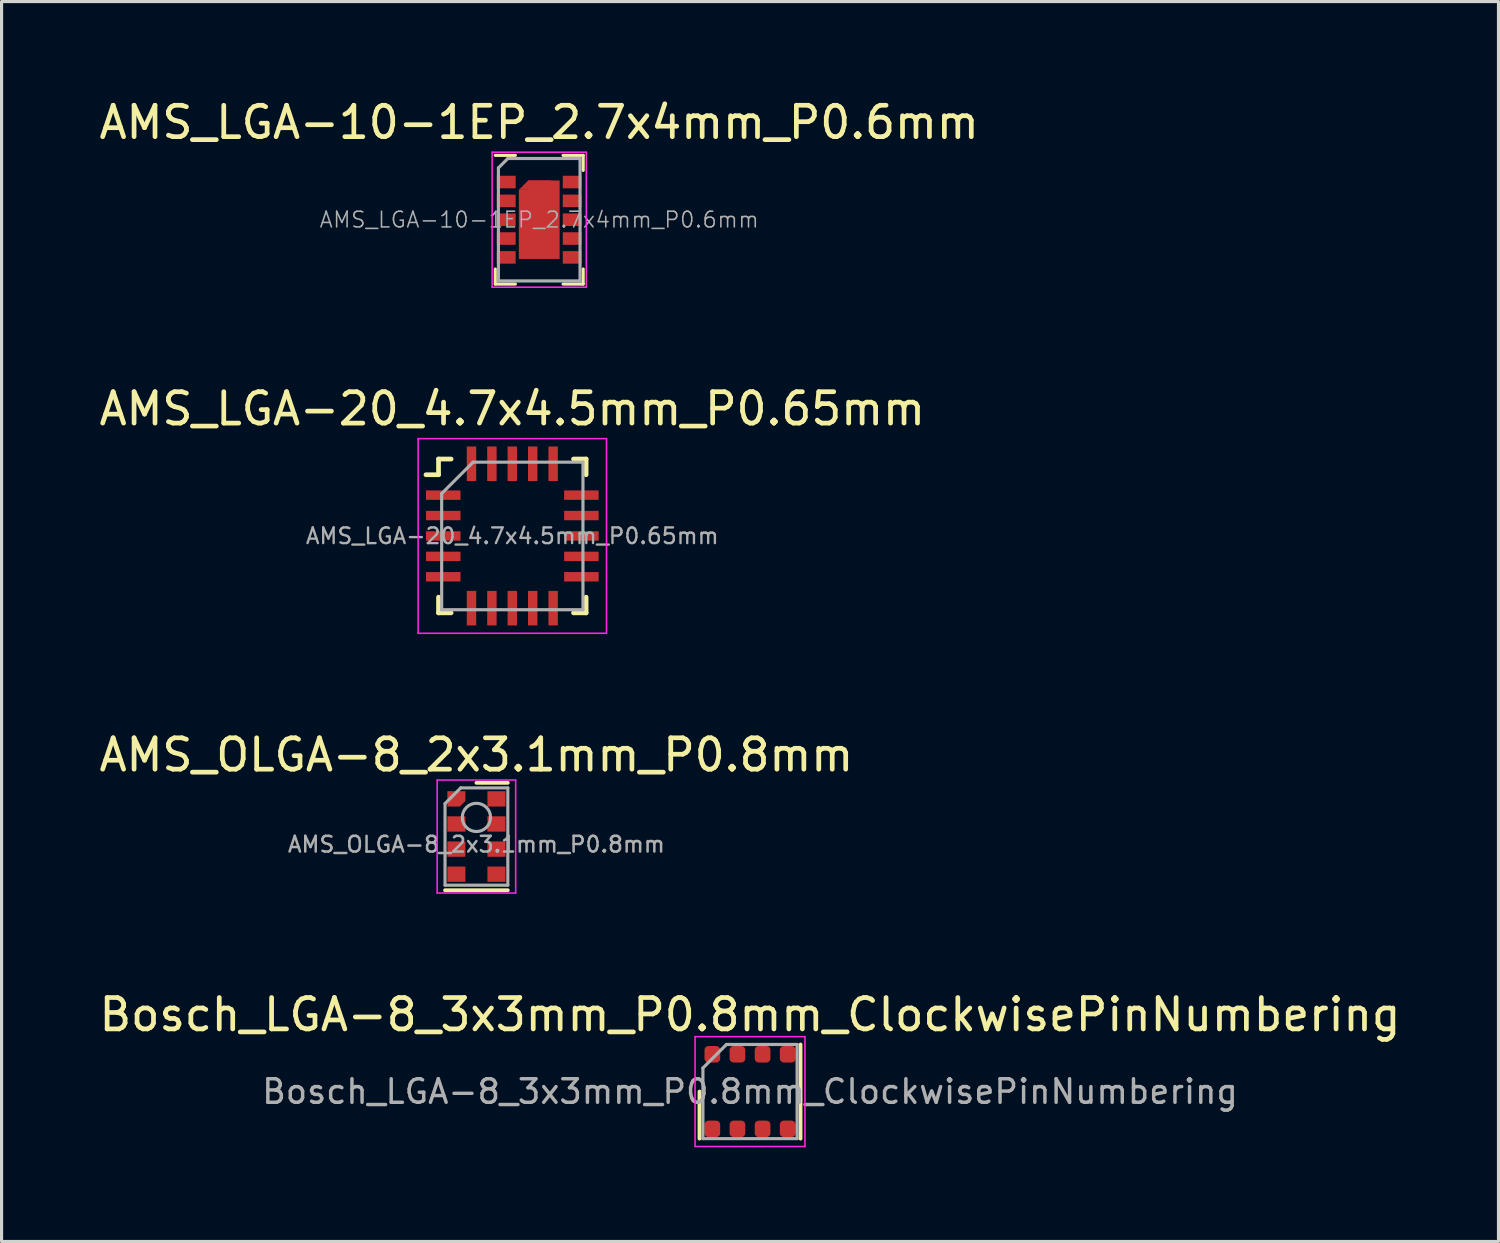
<source format=kicad_pcb>
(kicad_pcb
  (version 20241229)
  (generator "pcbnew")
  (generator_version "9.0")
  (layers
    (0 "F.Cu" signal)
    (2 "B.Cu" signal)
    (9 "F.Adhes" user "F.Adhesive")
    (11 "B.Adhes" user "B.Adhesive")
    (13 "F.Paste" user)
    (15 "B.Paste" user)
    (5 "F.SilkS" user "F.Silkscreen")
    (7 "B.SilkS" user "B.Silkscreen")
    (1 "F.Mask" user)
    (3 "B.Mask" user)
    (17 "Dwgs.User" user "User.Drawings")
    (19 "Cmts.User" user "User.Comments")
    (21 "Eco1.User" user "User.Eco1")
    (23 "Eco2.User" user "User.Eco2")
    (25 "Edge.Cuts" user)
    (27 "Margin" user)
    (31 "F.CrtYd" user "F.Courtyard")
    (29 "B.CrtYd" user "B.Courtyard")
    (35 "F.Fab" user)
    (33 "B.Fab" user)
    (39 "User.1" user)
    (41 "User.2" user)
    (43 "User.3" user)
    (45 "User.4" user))
  (footprint "AMS_LGA-10-1EP_2.7x4mm_P0.6mm"
    (layer "F.Cu")
    (at 14.125 3.948)
    (property "Reference" "AMS_LGA-10-1EP_2.7x4mm_P0.6mm" (at 0 -3.1 0) (layer "F.SilkS") (effects (font (size 1 1) (thickness 0.15))))
    (attr smd)
    (fp_line (start -1.4 -2.05) (end -0.76 -2.05) (stroke (width 0.1) (type solid)) (layer "F.SilkS"))
    (fp_line (start -1.4 1.57) (end -1.4 2.05) (stroke (width 0.1) (type solid)) (layer "F.SilkS"))
    (fp_line (start -1.4 2.05) (end -0.76 2.05) (stroke (width 0.1) (type solid)) (layer "F.SilkS"))
    (fp_line (start 0.76 -2.05) (end 1.4 -2.05) (stroke (width 0.1) (type solid)) (layer "F.SilkS"))
    (fp_line (start 0.76 2.05) (end 1.4 2.05) (stroke (width 0.1) (type solid)) (layer "F.SilkS"))
    (fp_line (start 1.4 -2.05) (end 1.4 -1.57) (stroke (width 0.1) (type solid)) (layer "F.SilkS"))
    (fp_line (start 1.4 1.57) (end 1.4 2.05) (stroke (width 0.1) (type solid)) (layer "F.SilkS"))
    (fp_line (start -1.5 -2.15) (end 1.5 -2.15) (stroke (width 0.05) (type solid)) (layer "F.CrtYd"))
    (fp_line (start -1.5 2.15) (end -1.5 -2.15) (stroke (width 0.05) (type solid)) (layer "F.CrtYd"))
    (fp_line (start 1.5 -2.15) (end 1.5 2.15) (stroke (width 0.05) (type solid)) (layer "F.CrtYd"))
    (fp_line (start 1.5 2.15) (end -1.5 2.15) (stroke (width 0.05) (type solid)) (layer "F.CrtYd"))
    (fp_line (start -1.3 -1.65) (end -1 -1.95) (stroke (width 0.1) (type solid)) (layer "F.Fab"))
    (fp_line (start -1.3 1.95) (end -1.3 -1.65) (stroke (width 0.1) (type solid)) (layer "F.Fab"))
    (fp_line (start -1 -1.95) (end 1.3 -1.95) (stroke (width 0.1) (type solid)) (layer "F.Fab"))
    (fp_line (start 1.3 -1.95) (end 1.3 1.95) (stroke (width 0.1) (type solid)) (layer "F.Fab"))
    (fp_line (start 1.3 1.95) (end -1.3 1.95) (stroke (width 0.1) (type solid)) (layer "F.Fab"))
    (fp_text user "${REFERENCE}" (at 0 0 0) (layer "F.Fab") (effects (font (size 0.5 0.5) (thickness 0.05))))
    (pad "1" smd rect (at -1.05 -1.2) (size 0.6 0.4) (layers "F.Cu" "F.Mask" "F.Paste"))
    (pad "2" smd rect (at -1.05 -0.6) (size 0.6 0.4) (layers "F.Cu" "F.Mask" "F.Paste"))
    (pad "3" smd rect (at -1.05 0) (size 0.6 0.4) (layers "F.Cu" "F.Mask" "F.Paste"))
    (pad "4" smd rect (at -1.05 0.6) (size 0.6 0.4) (layers "F.Cu" "F.Mask" "F.Paste"))
    (pad "5" smd rect (at -1.05 1.2) (size 0.6 0.4) (layers "F.Cu" "F.Mask" "F.Paste"))
    (pad "6" smd rect (at 1.05 1.2) (size 0.6 0.4) (layers "F.Cu" "F.Mask" "F.Paste"))
    (pad "7" smd rect (at 1.05 0.6) (size 0.6 0.4) (layers "F.Cu" "F.Mask" "F.Paste"))
    (pad "8" smd rect (at 1.05 0) (size 0.6 0.4) (layers "F.Cu" "F.Mask" "F.Paste"))
    (pad "9" smd rect (at 1.05 -0.6) (size 0.6 0.4) (layers "F.Cu" "F.Mask" "F.Paste"))
    (pad "10" smd rect (at 1.05 -1.2) (size 0.6 0.4) (layers "F.Cu" "F.Mask" "F.Paste"))
    (pad "11" smd trapezoid (at 0 -1.1) (size 1 0.3) (rect_delta 0 0.3) (layers "F.Cu" "F.Mask" "F.Paste"))
    (pad "11" smd rect (at 0 0.15) (size 1.3 2.2) (layers "F.Cu" "F.Mask" "F.Paste"))
    (pad "11" smd rect (at 0.15 -1.1) (size 1 0.3) (layers "F.Cu" "F.Mask" "F.Paste")))
  (footprint "AMS_OLGA-8_2x3.1mm_P0.8mm"
    (layer "F.Cu")
    (at 12.125 23.595)
    (property "Reference" "AMS_OLGA-8_2x3.1mm_P0.8mm" (at 0 -2.6 0) (layer "F.SilkS") (effects (font (size 1 1) (thickness 0.15))))
    (attr smd)
    (fp_line (start -1 1.71) (end 1 1.71) (stroke (width 0.12) (type solid)) (layer "F.SilkS"))
    (fp_line (start 0 -1.71) (end 1 -1.71) (stroke (width 0.12) (type solid)) (layer "F.SilkS"))
    (fp_line (start -1.25 -1.8) (end -1.25 1.8) (stroke (width 0.05) (type solid)) (layer "F.CrtYd"))
    (fp_line (start -1.25 1.8) (end 1.25 1.8) (stroke (width 0.05) (type solid)) (layer "F.CrtYd"))
    (fp_line (start 1.25 -1.8) (end -1.25 -1.8) (stroke (width 0.05) (type solid)) (layer "F.CrtYd"))
    (fp_line (start 1.25 1.8) (end 1.25 -1.8) (stroke (width 0.05) (type solid)) (layer "F.CrtYd"))
    (fp_line (start -1 -1.05) (end -0.5 -1.55) (stroke (width 0.1) (type solid)) (layer "F.Fab"))
    (fp_line (start -1 1.55) (end -1 -1.05) (stroke (width 0.1) (type solid)) (layer "F.Fab"))
    (fp_line (start -0.5 -1.55) (end 1 -1.55) (stroke (width 0.1) (type solid)) (layer "F.Fab"))
    (fp_line (start 1 -1.55) (end 1 1.55) (stroke (width 0.1) (type solid)) (layer "F.Fab"))
    (fp_line (start 1 1.55) (end -1 1.55) (stroke (width 0.1) (type solid)) (layer "F.Fab"))
    (fp_circle (center 0 -0.609) (end 0.45 -0.609) (stroke (width 0.1) (type solid)) (fill no) (layer "F.Fab"))
    (fp_text user "${REFERENCE}" (at 0 0.25 0) (layer "F.Fab") (effects (font (size 0.5 0.5) (thickness 0.08))))
    (pad "1" smd roundrect (at -0.638 -1.2) (size 0.575 0.488) (layers "F.Cu" "F.Mask" "F.Paste") (roundrect_rratio 0) (chamfer_ratio 0.362) (chamfer bottom_right))
    (pad "2" smd rect (at -0.638 -0.4) (size 0.575 0.488) (layers "F.Cu" "F.Mask" "F.Paste"))
    (pad "3" smd rect (at -0.638 0.4) (size 0.575 0.488) (layers "F.Cu" "F.Mask" "F.Paste"))
    (pad "4" smd rect (at -0.638 1.2) (size 0.575 0.488) (layers "F.Cu" "F.Mask" "F.Paste"))
    (pad "5" smd rect (at 0.638 1.2) (size 0.575 0.488) (layers "F.Cu" "F.Mask" "F.Paste"))
    (pad "6" smd rect (at 0.638 0.4) (size 0.575 0.488) (layers "F.Cu" "F.Mask" "F.Paste"))
    (pad "7" smd rect (at 0.638 -0.4) (size 0.575 0.488) (layers "F.Cu" "F.Mask" "F.Paste"))
    (pad "8" smd rect (at 0.638 -1.2) (size 0.575 0.488) (layers "F.Cu" "F.Mask" "F.Paste")))
  (footprint "AMS_LGA-20_4.7x4.5mm_P0.65mm"
    (layer "F.Cu")
    (at 13.268 14.021)
    (property "Reference" "AMS_LGA-20_4.7x4.5mm_P0.65mm" (at 0 -4.05 0) (layer "F.SilkS") (effects (font (size 1 1) (thickness 0.15))))
    (attr smd)
    (fp_line (start -2.75 -1.95) (end -2.35 -1.95) (stroke (width 0.15) (type solid)) (layer "F.SilkS"))
    (fp_line (start -2.35 -2.45) (end -1.95 -2.45) (stroke (width 0.15) (type solid)) (layer "F.SilkS"))
    (fp_line (start -2.35 -1.95) (end -2.35 -2.45) (stroke (width 0.15) (type solid)) (layer "F.SilkS"))
    (fp_line (start -2.35 2.45) (end -2.35 1.95) (stroke (width 0.15) (type solid)) (layer "F.SilkS"))
    (fp_line (start -1.95 2.45) (end -2.35 2.45) (stroke (width 0.15) (type solid)) (layer "F.SilkS"))
    (fp_line (start 1.95 -2.45) (end 2.35 -2.45) (stroke (width 0.15) (type solid)) (layer "F.SilkS"))
    (fp_line (start 1.95 2.45) (end 2.35 2.45) (stroke (width 0.15) (type solid)) (layer "F.SilkS"))
    (fp_line (start 2.35 -2.45) (end 2.35 -1.95) (stroke (width 0.15) (type solid)) (layer "F.SilkS"))
    (fp_line (start 2.35 2.45) (end 2.35 1.95) (stroke (width 0.15) (type solid)) (layer "F.SilkS"))
    (fp_line (start -3 -3.1) (end 3 -3.1) (stroke (width 0.05) (type solid)) (layer "F.CrtYd"))
    (fp_line (start -3 3.1) (end -3 -3.1) (stroke (width 0.05) (type solid)) (layer "F.CrtYd"))
    (fp_line (start 3 -3.1) (end 3 3.1) (stroke (width 0.05) (type solid)) (layer "F.CrtYd"))
    (fp_line (start 3 3.1) (end -3 3.1) (stroke (width 0.05) (type solid)) (layer "F.CrtYd"))
    (fp_line (start -2.25 -1.35) (end -1.25 -2.35) (stroke (width 0.1) (type solid)) (layer "F.Fab"))
    (fp_line (start -2.25 2.35) (end -2.25 -1.35) (stroke (width 0.1) (type solid)) (layer "F.Fab"))
    (fp_line (start -1.25 -2.35) (end 2.25 -2.35) (stroke (width 0.1) (type solid)) (layer "F.Fab"))
    (fp_line (start 2.25 -2.35) (end 2.25 2.35) (stroke (width 0.1) (type solid)) (layer "F.Fab"))
    (fp_line (start 2.25 2.35) (end -2.25 2.35) (stroke (width 0.1) (type solid)) (layer "F.Fab"))
    (fp_text user "${REFERENCE}" (at 0 0 0) (layer "F.Fab") (effects (font (size 0.5 0.5) (thickness 0.075))))
    (pad "1" smd rect (at -2.2 -1.3 90) (size 0.3 1.1) (layers "F.Cu" "F.Mask" "F.Paste"))
    (pad "2" smd rect (at -2.2 -0.65 90) (size 0.3 1.1) (layers "F.Cu" "F.Mask" "F.Paste"))
    (pad "3" smd rect (at -2.2 0 90) (size 0.3 1.1) (layers "F.Cu" "F.Mask" "F.Paste"))
    (pad "4" smd rect (at -2.2 0.65 90) (size 0.3 1.1) (layers "F.Cu" "F.Mask" "F.Paste"))
    (pad "5" smd rect (at -2.2 1.3 90) (size 0.3 1.1) (layers "F.Cu" "F.Mask" "F.Paste"))
    (pad "6" smd rect (at -1.3 2.3) (size 0.3 1.1) (layers "F.Cu" "F.Mask" "F.Paste"))
    (pad "7" smd rect (at -0.65 2.3) (size 0.3 1.1) (layers "F.Cu" "F.Mask" "F.Paste"))
    (pad "8" smd rect (at 0 2.3) (size 0.3 1.1) (layers "F.Cu" "F.Mask" "F.Paste"))
    (pad "9" smd rect (at 0.65 2.3) (size 0.3 1.1) (layers "F.Cu" "F.Mask" "F.Paste"))
    (pad "10" smd rect (at 1.3 2.3) (size 0.3 1.1) (layers "F.Cu" "F.Mask" "F.Paste"))
    (pad "11" smd rect (at 2.2 1.3 90) (size 0.3 1.1) (layers "F.Cu" "F.Mask" "F.Paste"))
    (pad "12" smd rect (at 2.2 0.65 90) (size 0.3 1.1) (layers "F.Cu" "F.Mask" "F.Paste"))
    (pad "13" smd rect (at 2.2 0 90) (size 0.3 1.1) (layers "F.Cu" "F.Mask" "F.Paste"))
    (pad "14" smd rect (at 2.2 -0.65 90) (size 0.3 1.1) (layers "F.Cu" "F.Mask" "F.Paste"))
    (pad "15" smd rect (at 2.2 -1.3 90) (size 0.3 1.1) (layers "F.Cu" "F.Mask" "F.Paste"))
    (pad "16" smd rect (at 1.3 -2.3) (size 0.3 1.1) (layers "F.Cu" "F.Mask" "F.Paste"))
    (pad "17" smd rect (at 0.65 -2.3) (size 0.3 1.1) (layers "F.Cu" "F.Mask" "F.Paste"))
    (pad "18" smd rect (at 0 -2.3) (size 0.3 1.1) (layers "F.Cu" "F.Mask" "F.Paste"))
    (pad "19" smd rect (at -0.65 -2.3) (size 0.3 1.1) (layers "F.Cu" "F.Mask" "F.Paste"))
    (pad "20" smd rect (at -1.3 -2.3) (size 0.3 1.1) (layers "F.Cu" "F.Mask" "F.Paste")))
  (footprint "Bosch_LGA-8_3x3mm_P0.8mm_ClockwisePinNumbering"
    (layer "F.Cu")
    (at 20.839 31.718)
    (property "Reference" "Bosch_LGA-8_3x3mm_P0.8mm_ClockwisePinNumbering" (at 0 -2.45 0) (layer "F.SilkS") (effects (font (size 1 1) (thickness 0.15))))
    (attr smd)
    (fp_line (start -1.61 0) (end -1.61 1.5) (stroke (width 0.12) (type solid)) (layer "F.SilkS"))
    (fp_line (start 1.61 -1.5) (end 1.61 1.5) (stroke (width 0.12) (type solid)) (layer "F.SilkS"))
    (fp_line (start -1.75 -1.75) (end -1.75 1.75) (stroke (width 0.05) (type solid)) (layer "F.CrtYd"))
    (fp_line (start -1.75 1.75) (end 1.75 1.75) (stroke (width 0.05) (type solid)) (layer "F.CrtYd"))
    (fp_line (start 1.75 -1.75) (end -1.75 -1.75) (stroke (width 0.05) (type solid)) (layer "F.CrtYd"))
    (fp_line (start 1.75 1.75) (end 1.75 -1.75) (stroke (width 0.05) (type solid)) (layer "F.CrtYd"))
    (fp_line (start -1.5 -0.75) (end -0.75 -1.5) (stroke (width 0.1) (type solid)) (layer "F.Fab"))
    (fp_line (start -1.5 1.5) (end -1.5 -0.75) (stroke (width 0.1) (type solid)) (layer "F.Fab"))
    (fp_line (start -0.75 -1.5) (end 1.5 -1.5) (stroke (width 0.1) (type solid)) (layer "F.Fab"))
    (fp_line (start 1.5 -1.5) (end 1.5 1.5) (stroke (width 0.1) (type solid)) (layer "F.Fab"))
    (fp_line (start 1.5 1.5) (end -1.5 1.5) (stroke (width 0.1) (type solid)) (layer "F.Fab"))
    (fp_text user "${REFERENCE}" (at 0 0 0) (layer "F.Fab") (effects (font (size 0.75 0.75) (thickness 0.11))))
    (pad "1" smd roundrect (at -1.2 -1.188) (size 0.5 0.525) (layers "F.Cu" "F.Mask" "F.Paste") (roundrect_rratio 0.25))
    (pad "2" smd roundrect (at -0.4 -1.188) (size 0.5 0.525) (layers "F.Cu" "F.Mask" "F.Paste") (roundrect_rratio 0.25))
    (pad "3" smd roundrect (at 0.4 -1.188) (size 0.5 0.525) (layers "F.Cu" "F.Mask" "F.Paste") (roundrect_rratio 0.25))
    (pad "4" smd roundrect (at 1.2 -1.188) (size 0.5 0.525) (layers "F.Cu" "F.Mask" "F.Paste") (roundrect_rratio 0.25))
    (pad "5" smd roundrect (at 1.2 1.188) (size 0.5 0.525) (layers "F.Cu" "F.Mask" "F.Paste") (roundrect_rratio 0.25))
    (pad "6" smd roundrect (at 0.4 1.188) (size 0.5 0.525) (layers "F.Cu" "F.Mask" "F.Paste") (roundrect_rratio 0.25))
    (pad "7" smd roundrect (at -0.4 1.188) (size 0.5 0.525) (layers "F.Cu" "F.Mask" "F.Paste") (roundrect_rratio 0.25))
    (pad "8" smd roundrect (at -1.2 1.188) (size 0.5 0.525) (layers "F.Cu" "F.Mask" "F.Paste") (roundrect_rratio 0.25)))
  (gr_rect
    (start -3 -3)
    (end 44.679 36.493)
    (stroke (width 0.1) (type default))
    (fill no)
    (layer "Edge.Cuts")))
</source>
